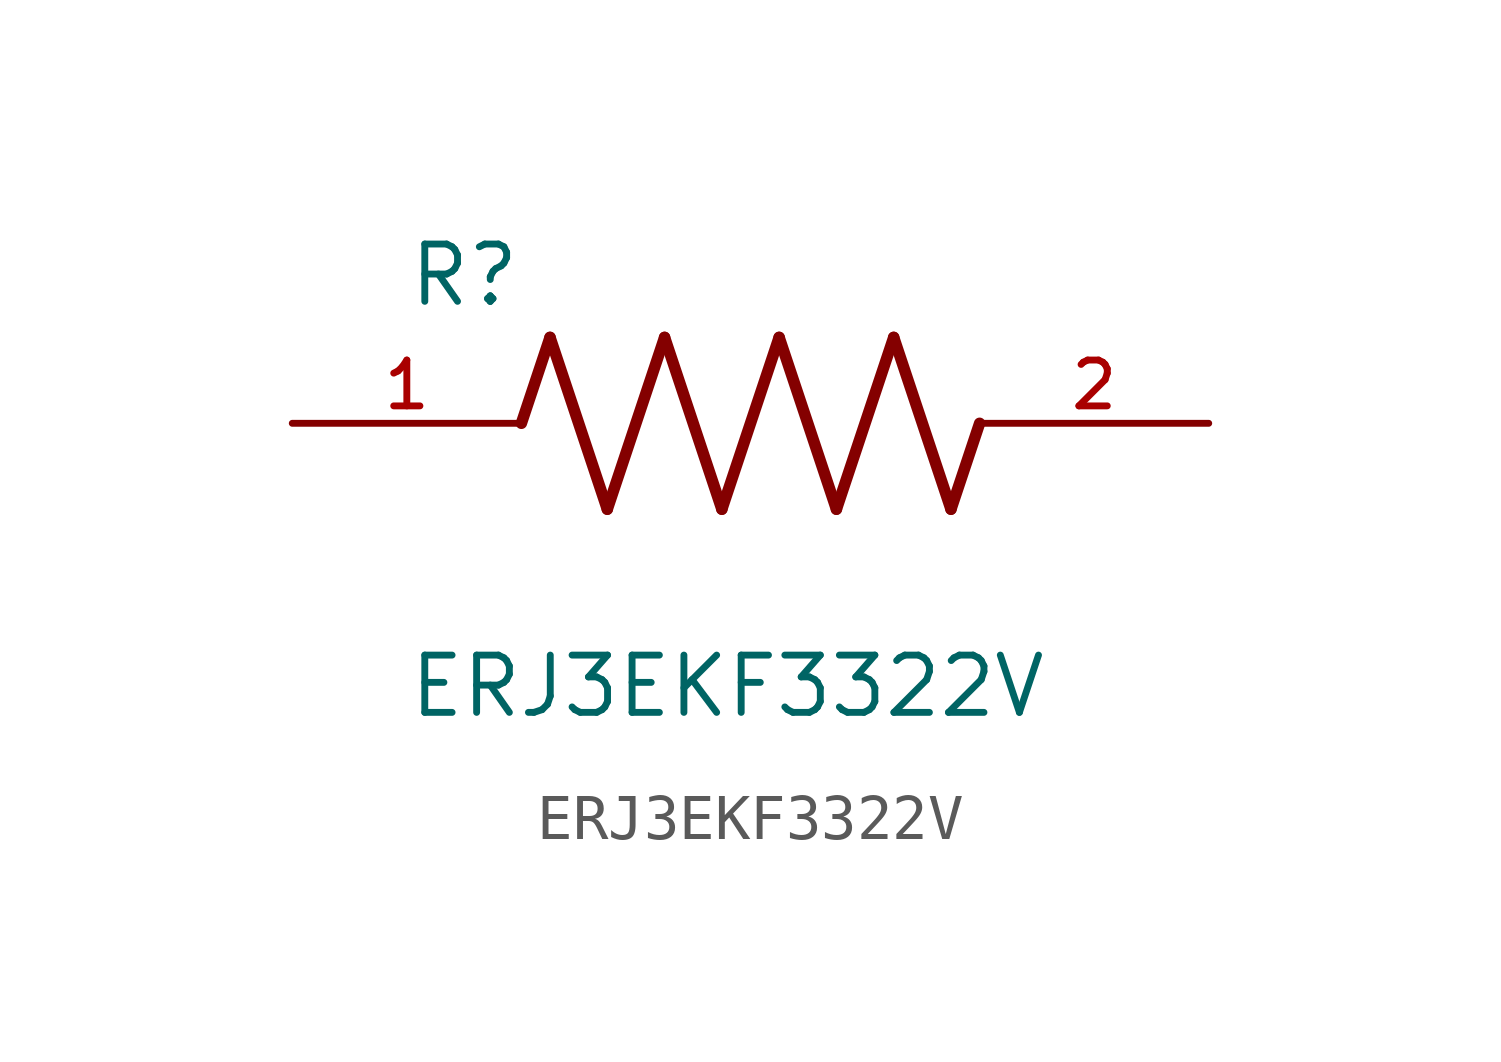
<source format=kicad_sym>
(kicad_symbol_lib
  (version 20211014)
  (generator kicad_symbol_editor)
  (symbol "ERJ3EKF3322V"
    (pin_names
      (offset 1.016))
    (property "Reference" "R"
      (at -7.624 2.541 0)
      (effects (font (size 1.27 1.27)) (justify bottom left)))
    (property "Value" "ERJ3EKF3322V"
      (at -7.624 -5.087 0)
      (effects (font (size 1.27 1.27)) (justify top left)))
    (symbol "ERJ3EKF3322V_0_0"
      (polyline (pts (xy -5.08 0.0) (xy -4.445 1.905)) (stroke (width 0.254)))
      (polyline (pts (xy -4.445 1.905) (xy -3.175 -1.905)) (stroke (width 0.254)))
      (polyline (pts (xy -3.175 -1.905) (xy -1.905 1.905)) (stroke (width 0.254)))
      (polyline (pts (xy -1.905 1.905) (xy -0.635 -1.905)) (stroke (width 0.254)))
      (polyline (pts (xy -0.635 -1.905) (xy 0.635 1.905)) (stroke (width 0.254)))
      (polyline (pts (xy 0.635 1.905) (xy 1.905 -1.905)) (stroke (width 0.254)))
      (polyline (pts (xy 1.905 -1.905) (xy 3.175 1.905)) (stroke (width 0.254)))
      (polyline (pts (xy 3.175 1.905) (xy 4.445 -1.905)) (stroke (width 0.254)))
      (polyline (pts (xy 4.445 -1.905) (xy 5.08 0.0)) (stroke (width 0.254)))
      (pin passive line (at -10.16 0.0 0) (length 5.08) (name "~" (effects (font (size 1.016 1.016)))) (number "1" (effects (font (size 1.016 1.016)))))
      (pin passive line (at 10.16 0.0 180.0) (length 5.08) (name "~" (effects (font (size 1.016 1.016)))) (number "2" (effects (font (size 1.016 1.016))))))))
</source>
